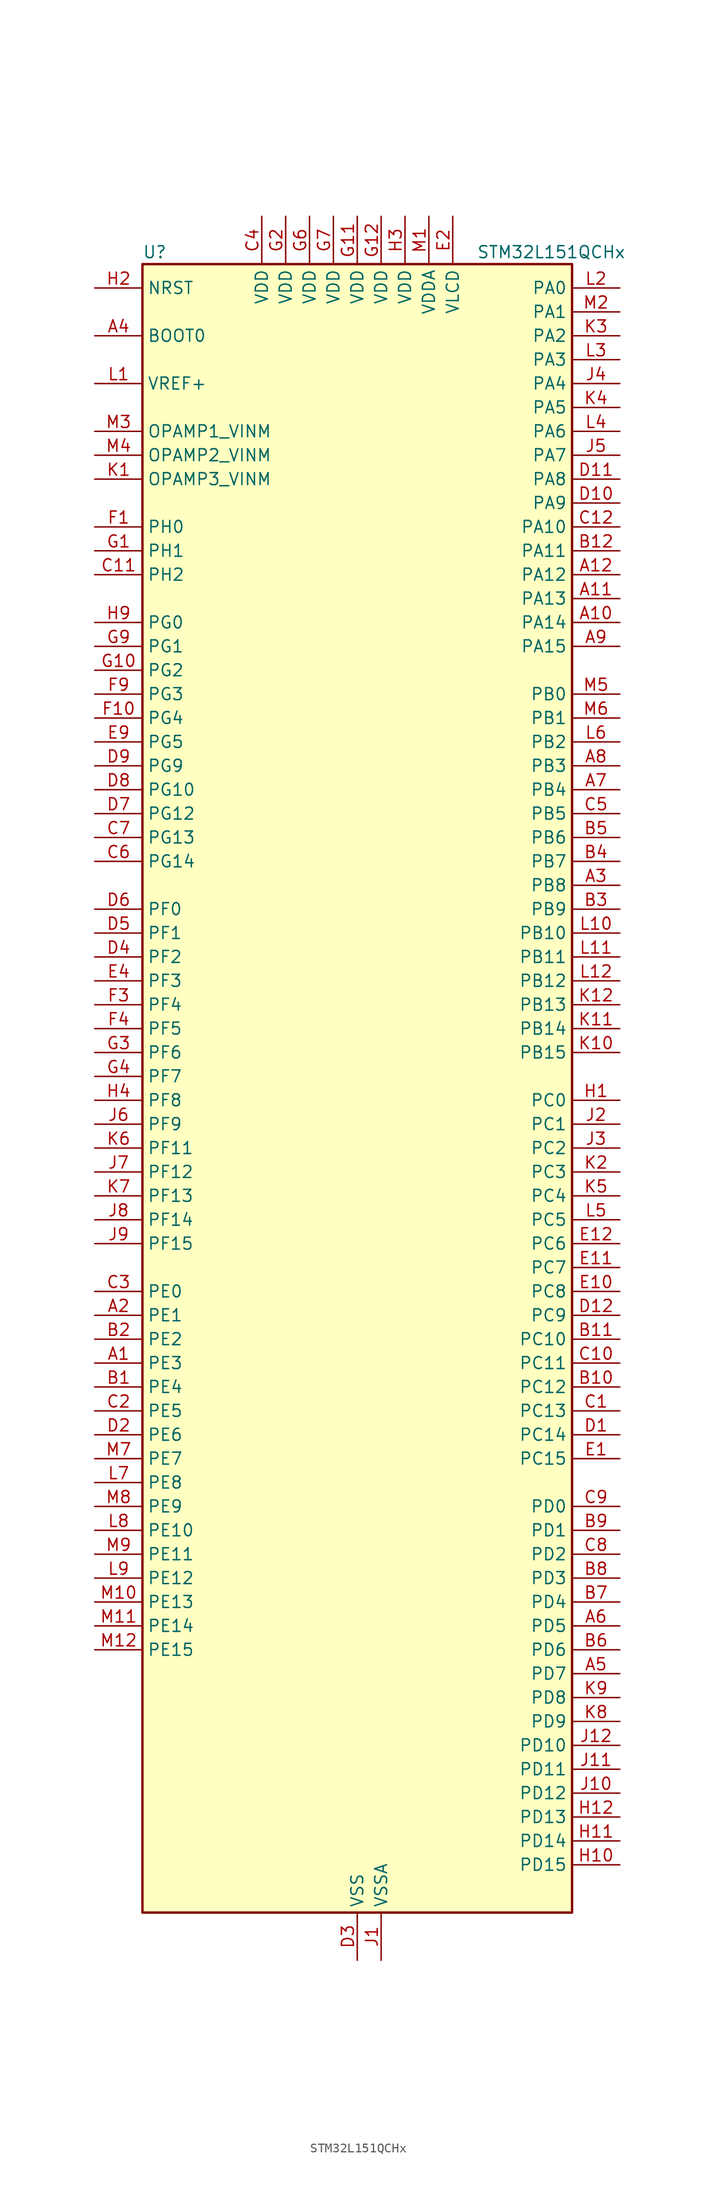
<source format=kicad_sym>
(kicad_symbol_lib
  (version 20220914)
  (generator kicad_symbol_editor)
  (symbol "STM32L151QCHx"
    (property "Reference" "U"
      (at -22.86 90.17 0)
      (effects (font (size 1.27 1.27)) (justify left)))
    (property "Value" "STM32L151QCHx"
      (at 12.7 90.17 0)
      (effects (font (size 1.27 1.27)) (justify left)))
    (property "ki_locked" ""
      (at 0 0 0)
      (effects (font (size 1.27 1.27))))
    (symbol "STM32L151QCHx_0_1"
      (rectangle (start -22.86 -86.36) (end 22.86 88.9) (stroke (width 0.254) (type default)) (fill (type background))))
    (symbol "STM32L151QCHx_1_1"
      (pin bidirectional line (at -27.94 -27.94 0) (length 5.08) (name "PE3" (effects (font (size 1.27 1.27)))) (number "A1" (effects (font (size 1.27 1.27)))) (alternate "SYS_TRACED0" bidirectional line) (alternate "TIM3_CH1" bidirectional line) (alternate "TIMX_IC4" bidirectional line))
      (pin bidirectional line (at 27.94 50.8 180) (length 5.08) (name "PA14" (effects (font (size 1.27 1.27)))) (number "A10" (effects (font (size 1.27 1.27)))) (alternate "SYS_JTCK-SWCLK" bidirectional line) (alternate "TIMX_IC3" bidirectional line) (alternate "TS_G5_IO2" bidirectional line))
      (pin bidirectional line (at 27.94 53.34 180) (length 5.08) (name "PA13" (effects (font (size 1.27 1.27)))) (number "A11" (effects (font (size 1.27 1.27)))) (alternate "SYS_JTMS-SWDIO" bidirectional line) (alternate "TIMX_IC2" bidirectional line) (alternate "TS_G5_IO1" bidirectional line))
      (pin bidirectional line (at 27.94 55.88 180) (length 5.08) (name "PA12" (effects (font (size 1.27 1.27)))) (number "A12" (effects (font (size 1.27 1.27)))) (alternate "SPI1_MOSI" bidirectional line) (alternate "TIMX_IC1" bidirectional line) (alternate "USART1_RTS" bidirectional line) (alternate "USB_DP" bidirectional line))
      (pin bidirectional line (at -27.94 -22.86 0) (length 5.08) (name "PE1" (effects (font (size 1.27 1.27)))) (number "A2" (effects (font (size 1.27 1.27)))) (alternate "TIM11_CH1" bidirectional line) (alternate "TIMX_IC2" bidirectional line))
      (pin bidirectional line (at 27.94 22.86 180) (length 5.08) (name "PB8" (effects (font (size 1.27 1.27)))) (number "A3" (effects (font (size 1.27 1.27)))) (alternate "I2C1_SCL" bidirectional line) (alternate "TIM10_CH1" bidirectional line) (alternate "TIM4_CH3" bidirectional line))
      (pin input line (at -27.94 81.28 0) (length 5.08) (name "BOOT0" (effects (font (size 1.27 1.27)))) (number "A4" (effects (font (size 1.27 1.27)))))
      (pin bidirectional line (at 27.94 -60.96 180) (length 5.08) (name "PD7" (effects (font (size 1.27 1.27)))) (number "A5" (effects (font (size 1.27 1.27)))) (alternate "TIM9_CH2" bidirectional line) (alternate "TIMX_IC4" bidirectional line) (alternate "USART2_CK" bidirectional line))
      (pin bidirectional line (at 27.94 -55.88 180) (length 5.08) (name "PD5" (effects (font (size 1.27 1.27)))) (number "A6" (effects (font (size 1.27 1.27)))) (alternate "TIMX_IC2" bidirectional line) (alternate "USART2_TX" bidirectional line))
      (pin bidirectional line (at 27.94 33.02 180) (length 5.08) (name "PB4" (effects (font (size 1.27 1.27)))) (number "A7" (effects (font (size 1.27 1.27)))) (alternate "COMP2_INP" bidirectional line) (alternate "SPI1_MISO" bidirectional line) (alternate "SPI3_MISO" bidirectional line) (alternate "SYS_JTRST" bidirectional line) (alternate "TIM3_CH1" bidirectional line) (alternate "TS_G6_IO1" bidirectional line))
      (pin bidirectional line (at 27.94 35.56 180) (length 5.08) (name "PB3" (effects (font (size 1.27 1.27)))) (number "A8" (effects (font (size 1.27 1.27)))) (alternate "COMP2_INM" bidirectional line) (alternate "I2S3_CK" bidirectional line) (alternate "SPI1_SCK" bidirectional line) (alternate "SPI3_SCK" bidirectional line) (alternate "SYS_JTDO-TRACESWO" bidirectional line) (alternate "TIM2_CH2" bidirectional line))
      (pin bidirectional line (at 27.94 48.26 180) (length 5.08) (name "PA15" (effects (font (size 1.27 1.27)))) (number "A9" (effects (font (size 1.27 1.27)))) (alternate "ADC_EXTI15" bidirectional line) (alternate "I2S3_WS" bidirectional line) (alternate "SPI1_NSS" bidirectional line) (alternate "SPI3_NSS" bidirectional line) (alternate "SYS_JTDI" bidirectional line) (alternate "TIM2_CH1" bidirectional line) (alternate "TIM2_ETR" bidirectional line) (alternate "TIMX_IC4" bidirectional line) (alternate "TS_G5_IO3" bidirectional line))
      (pin bidirectional line (at -27.94 -30.48 0) (length 5.08) (name "PE4" (effects (font (size 1.27 1.27)))) (number "B1" (effects (font (size 1.27 1.27)))) (alternate "SYS_TRACED1" bidirectional line) (alternate "TIM3_CH2" bidirectional line) (alternate "TIMX_IC1" bidirectional line))
      (pin bidirectional line (at 27.94 -30.48 180) (length 5.08) (name "PC12" (effects (font (size 1.27 1.27)))) (number "B10" (effects (font (size 1.27 1.27)))) (alternate "I2S3_SD" bidirectional line) (alternate "SPI3_MOSI" bidirectional line) (alternate "TIMX_IC1" bidirectional line) (alternate "USART3_CK" bidirectional line))
      (pin bidirectional line (at 27.94 -25.4 180) (length 5.08) (name "PC10" (effects (font (size 1.27 1.27)))) (number "B11" (effects (font (size 1.27 1.27)))) (alternate "I2S3_CK" bidirectional line) (alternate "SPI3_SCK" bidirectional line) (alternate "TIMX_IC3" bidirectional line) (alternate "USART3_TX" bidirectional line))
      (pin bidirectional line (at 27.94 58.42 180) (length 5.08) (name "PA11" (effects (font (size 1.27 1.27)))) (number "B12" (effects (font (size 1.27 1.27)))) (alternate "ADC_EXTI11" bidirectional line) (alternate "SPI1_MISO" bidirectional line) (alternate "TIMX_IC4" bidirectional line) (alternate "USART1_CTS" bidirectional line) (alternate "USB_DM" bidirectional line))
      (pin bidirectional line (at -27.94 -25.4 0) (length 5.08) (name "PE2" (effects (font (size 1.27 1.27)))) (number "B2" (effects (font (size 1.27 1.27)))) (alternate "SYS_TRACECK" bidirectional line) (alternate "TIM3_ETR" bidirectional line) (alternate "TIMX_IC3" bidirectional line))
      (pin bidirectional line (at 27.94 20.32 180) (length 5.08) (name "PB9" (effects (font (size 1.27 1.27)))) (number "B3" (effects (font (size 1.27 1.27)))) (alternate "DAC_EXTI9" bidirectional line) (alternate "I2C1_SDA" bidirectional line) (alternate "TIM11_CH1" bidirectional line) (alternate "TIM4_CH4" bidirectional line))
      (pin bidirectional line (at 27.94 25.4 180) (length 5.08) (name "PB7" (effects (font (size 1.27 1.27)))) (number "B4" (effects (font (size 1.27 1.27)))) (alternate "COMP2_INP" bidirectional line) (alternate "I2C1_SDA" bidirectional line) (alternate "SYS_PVD_IN" bidirectional line) (alternate "TIM4_CH2" bidirectional line) (alternate "TS_G6_IO4" bidirectional line) (alternate "USART1_RX" bidirectional line))
      (pin bidirectional line (at 27.94 27.94 180) (length 5.08) (name "PB6" (effects (font (size 1.27 1.27)))) (number "B5" (effects (font (size 1.27 1.27)))) (alternate "COMP2_INP" bidirectional line) (alternate "I2C1_SCL" bidirectional line) (alternate "TIM4_CH1" bidirectional line) (alternate "TS_G6_IO3" bidirectional line) (alternate "USART1_TX" bidirectional line))
      (pin bidirectional line (at 27.94 -58.42 180) (length 5.08) (name "PD6" (effects (font (size 1.27 1.27)))) (number "B6" (effects (font (size 1.27 1.27)))) (alternate "TIMX_IC3" bidirectional line) (alternate "USART2_RX" bidirectional line))
      (pin bidirectional line (at 27.94 -53.34 180) (length 5.08) (name "PD4" (effects (font (size 1.27 1.27)))) (number "B7" (effects (font (size 1.27 1.27)))) (alternate "I2S2_SD" bidirectional line) (alternate "SPI2_MOSI" bidirectional line) (alternate "TIMX_IC1" bidirectional line) (alternate "USART2_RTS" bidirectional line))
      (pin bidirectional line (at 27.94 -50.8 180) (length 5.08) (name "PD3" (effects (font (size 1.27 1.27)))) (number "B8" (effects (font (size 1.27 1.27)))) (alternate "SPI2_MISO" bidirectional line) (alternate "TIMX_IC4" bidirectional line) (alternate "USART2_CTS" bidirectional line))
      (pin bidirectional line (at 27.94 -45.72 180) (length 5.08) (name "PD1" (effects (font (size 1.27 1.27)))) (number "B9" (effects (font (size 1.27 1.27)))) (alternate "I2S2_CK" bidirectional line) (alternate "SPI2_SCK" bidirectional line) (alternate "TIMX_IC2" bidirectional line))
      (pin bidirectional line (at 27.94 -33.02 180) (length 5.08) (name "PC13" (effects (font (size 1.27 1.27)))) (number "C1" (effects (font (size 1.27 1.27)))) (alternate "RTC_OUT_ALARM" bidirectional line) (alternate "RTC_OUT_CALIB" bidirectional line) (alternate "RTC_TAMP1" bidirectional line) (alternate "RTC_TS" bidirectional line) (alternate "SYS_WKUP2" bidirectional line) (alternate "TIMX_IC2" bidirectional line))
      (pin bidirectional line (at 27.94 -27.94 180) (length 5.08) (name "PC11" (effects (font (size 1.27 1.27)))) (number "C10" (effects (font (size 1.27 1.27)))) (alternate "ADC_EXTI11" bidirectional line) (alternate "SPI3_MISO" bidirectional line) (alternate "TIMX_IC4" bidirectional line) (alternate "USART3_RX" bidirectional line))
      (pin bidirectional line (at -27.94 55.88 0) (length 5.08) (name "PH2" (effects (font (size 1.27 1.27)))) (number "C11" (effects (font (size 1.27 1.27)))))
      (pin bidirectional line (at 27.94 60.96 180) (length 5.08) (name "PA10" (effects (font (size 1.27 1.27)))) (number "C12" (effects (font (size 1.27 1.27)))) (alternate "TIMX_IC3" bidirectional line) (alternate "TS_G4_IO3" bidirectional line) (alternate "USART1_RX" bidirectional line))
      (pin bidirectional line (at -27.94 -33.02 0) (length 5.08) (name "PE5" (effects (font (size 1.27 1.27)))) (number "C2" (effects (font (size 1.27 1.27)))) (alternate "SYS_TRACED2" bidirectional line) (alternate "TIM9_CH1" bidirectional line) (alternate "TIMX_IC2" bidirectional line))
      (pin bidirectional line (at -27.94 -20.32 0) (length 5.08) (name "PE0" (effects (font (size 1.27 1.27)))) (number "C3" (effects (font (size 1.27 1.27)))) (alternate "TIM10_CH1" bidirectional line) (alternate "TIM4_ETR" bidirectional line) (alternate "TIMX_IC1" bidirectional line))
      (pin power_in line (at -10.16 93.98 270) (length 5.08) (name "VDD" (effects (font (size 1.27 1.27)))) (number "C4" (effects (font (size 1.27 1.27)))))
      (pin bidirectional line (at 27.94 30.48 180) (length 5.08) (name "PB5" (effects (font (size 1.27 1.27)))) (number "C5" (effects (font (size 1.27 1.27)))) (alternate "COMP2_INP" bidirectional line) (alternate "I2C1_SMBA" bidirectional line) (alternate "I2S3_SD" bidirectional line) (alternate "SPI1_MOSI" bidirectional line) (alternate "SPI3_MOSI" bidirectional line) (alternate "TIM3_CH2" bidirectional line) (alternate "TS_G6_IO2" bidirectional line))
      (pin bidirectional line (at -27.94 25.4 0) (length 5.08) (name "PG14" (effects (font (size 1.27 1.27)))) (number "C6" (effects (font (size 1.27 1.27)))))
      (pin bidirectional line (at -27.94 27.94 0) (length 5.08) (name "PG13" (effects (font (size 1.27 1.27)))) (number "C7" (effects (font (size 1.27 1.27)))))
      (pin bidirectional line (at 27.94 -48.26 180) (length 5.08) (name "PD2" (effects (font (size 1.27 1.27)))) (number "C8" (effects (font (size 1.27 1.27)))) (alternate "TIM3_ETR" bidirectional line) (alternate "TIMX_IC3" bidirectional line))
      (pin bidirectional line (at 27.94 -43.18 180) (length 5.08) (name "PD0" (effects (font (size 1.27 1.27)))) (number "C9" (effects (font (size 1.27 1.27)))) (alternate "I2S2_WS" bidirectional line) (alternate "SPI2_NSS" bidirectional line) (alternate "TIM9_CH1" bidirectional line) (alternate "TIMX_IC1" bidirectional line))
      (pin bidirectional line (at 27.94 -35.56 180) (length 5.08) (name "PC14" (effects (font (size 1.27 1.27)))) (number "D1" (effects (font (size 1.27 1.27)))) (alternate "RCC_OSC32_IN" bidirectional line) (alternate "TIMX_IC3" bidirectional line))
      (pin bidirectional line (at 27.94 63.5 180) (length 5.08) (name "PA9" (effects (font (size 1.27 1.27)))) (number "D10" (effects (font (size 1.27 1.27)))) (alternate "DAC_EXTI9" bidirectional line) (alternate "TIMX_IC2" bidirectional line) (alternate "TS_G4_IO2" bidirectional line) (alternate "USART1_TX" bidirectional line))
      (pin bidirectional line (at 27.94 66.04 180) (length 5.08) (name "PA8" (effects (font (size 1.27 1.27)))) (number "D11" (effects (font (size 1.27 1.27)))) (alternate "RCC_MCO" bidirectional line) (alternate "TIMX_IC1" bidirectional line) (alternate "TS_G4_IO1" bidirectional line) (alternate "USART1_CK" bidirectional line))
      (pin bidirectional line (at 27.94 -22.86 180) (length 5.08) (name "PC9" (effects (font (size 1.27 1.27)))) (number "D12" (effects (font (size 1.27 1.27)))) (alternate "DAC_EXTI9" bidirectional line) (alternate "TIM3_CH4" bidirectional line) (alternate "TIMX_IC2" bidirectional line) (alternate "TS_G10_IO4" bidirectional line))
      (pin bidirectional line (at -27.94 -35.56 0) (length 5.08) (name "PE6" (effects (font (size 1.27 1.27)))) (number "D2" (effects (font (size 1.27 1.27)))) (alternate "RTC_TAMP3" bidirectional line) (alternate "SYS_TRACED3" bidirectional line) (alternate "SYS_WKUP3" bidirectional line) (alternate "TIM9_CH2" bidirectional line) (alternate "TIMX_IC3" bidirectional line))
      (pin power_in line (at 0 -91.44 90) (length 5.08) (name "VSS" (effects (font (size 1.27 1.27)))) (number "D3" (effects (font (size 1.27 1.27)))))
      (pin bidirectional line (at -27.94 15.24 0) (length 5.08) (name "PF2" (effects (font (size 1.27 1.27)))) (number "D4" (effects (font (size 1.27 1.27)))))
      (pin bidirectional line (at -27.94 17.78 0) (length 5.08) (name "PF1" (effects (font (size 1.27 1.27)))) (number "D5" (effects (font (size 1.27 1.27)))))
      (pin bidirectional line (at -27.94 20.32 0) (length 5.08) (name "PF0" (effects (font (size 1.27 1.27)))) (number "D6" (effects (font (size 1.27 1.27)))))
      (pin bidirectional line (at -27.94 30.48 0) (length 5.08) (name "PG12" (effects (font (size 1.27 1.27)))) (number "D7" (effects (font (size 1.27 1.27)))))
      (pin bidirectional line (at -27.94 33.02 0) (length 5.08) (name "PG10" (effects (font (size 1.27 1.27)))) (number "D8" (effects (font (size 1.27 1.27)))))
      (pin bidirectional line (at -27.94 35.56 0) (length 5.08) (name "PG9" (effects (font (size 1.27 1.27)))) (number "D9" (effects (font (size 1.27 1.27)))) (alternate "DAC_EXTI9" bidirectional line))
      (pin bidirectional line (at 27.94 -38.1 180) (length 5.08) (name "PC15" (effects (font (size 1.27 1.27)))) (number "E1" (effects (font (size 1.27 1.27)))) (alternate "ADC_EXTI15" bidirectional line) (alternate "RCC_OSC32_OUT" bidirectional line) (alternate "TIMX_IC4" bidirectional line))
      (pin bidirectional line (at 27.94 -20.32 180) (length 5.08) (name "PC8" (effects (font (size 1.27 1.27)))) (number "E10" (effects (font (size 1.27 1.27)))) (alternate "TIM3_CH3" bidirectional line) (alternate "TIMX_IC1" bidirectional line) (alternate "TS_G10_IO3" bidirectional line))
      (pin bidirectional line (at 27.94 -17.78 180) (length 5.08) (name "PC7" (effects (font (size 1.27 1.27)))) (number "E11" (effects (font (size 1.27 1.27)))) (alternate "I2S3_MCK" bidirectional line) (alternate "TIM3_CH2" bidirectional line) (alternate "TIMX_IC4" bidirectional line) (alternate "TS_G10_IO2" bidirectional line))
      (pin bidirectional line (at 27.94 -15.24 180) (length 5.08) (name "PC6" (effects (font (size 1.27 1.27)))) (number "E12" (effects (font (size 1.27 1.27)))) (alternate "I2S2_MCK" bidirectional line) (alternate "TIM3_CH1" bidirectional line) (alternate "TIMX_IC3" bidirectional line) (alternate "TS_G10_IO1" bidirectional line))
      (pin power_in line (at 10.16 93.98 270) (length 5.08) (name "VLCD" (effects (font (size 1.27 1.27)))) (number "E2" (effects (font (size 1.27 1.27)))))
      (pin passive line (at 0 -91.44 90) (length 5.08) hide (name "VSS" (effects (font (size 1.27 1.27)))) (number "E3" (effects (font (size 1.27 1.27)))))
      (pin bidirectional line (at -27.94 12.7 0) (length 5.08) (name "PF3" (effects (font (size 1.27 1.27)))) (number "E4" (effects (font (size 1.27 1.27)))))
      (pin bidirectional line (at -27.94 38.1 0) (length 5.08) (name "PG5" (effects (font (size 1.27 1.27)))) (number "E9" (effects (font (size 1.27 1.27)))))
      (pin bidirectional line (at -27.94 60.96 0) (length 5.08) (name "PH0" (effects (font (size 1.27 1.27)))) (number "F1" (effects (font (size 1.27 1.27)))) (alternate "RCC_OSC_IN" bidirectional line))
      (pin bidirectional line (at -27.94 40.64 0) (length 5.08) (name "PG4" (effects (font (size 1.27 1.27)))) (number "F10" (effects (font (size 1.27 1.27)))) (alternate "ADC_IN12b" bidirectional line) (alternate "TS_G7_IO7" bidirectional line))
      (pin passive line (at 0 -91.44 90) (length 5.08) hide (name "VSS" (effects (font (size 1.27 1.27)))) (number "F11" (effects (font (size 1.27 1.27)))))
      (pin passive line (at 0 -91.44 90) (length 5.08) hide (name "VSS" (effects (font (size 1.27 1.27)))) (number "F12" (effects (font (size 1.27 1.27)))))
      (pin passive line (at 0 -91.44 90) (length 5.08) hide (name "VSS" (effects (font (size 1.27 1.27)))) (number "F2" (effects (font (size 1.27 1.27)))))
      (pin bidirectional line (at -27.94 10.16 0) (length 5.08) (name "PF4" (effects (font (size 1.27 1.27)))) (number "F3" (effects (font (size 1.27 1.27)))))
      (pin bidirectional line (at -27.94 7.62 0) (length 5.08) (name "PF5" (effects (font (size 1.27 1.27)))) (number "F4" (effects (font (size 1.27 1.27)))))
      (pin passive line (at 0 -91.44 90) (length 5.08) hide (name "VSS" (effects (font (size 1.27 1.27)))) (number "F6" (effects (font (size 1.27 1.27)))))
      (pin passive line (at 0 -91.44 90) (length 5.08) hide (name "VSS" (effects (font (size 1.27 1.27)))) (number "F7" (effects (font (size 1.27 1.27)))))
      (pin bidirectional line (at -27.94 43.18 0) (length 5.08) (name "PG3" (effects (font (size 1.27 1.27)))) (number "F9" (effects (font (size 1.27 1.27)))) (alternate "ADC_IN11b" bidirectional line) (alternate "TS_G7_IO6" bidirectional line))
      (pin bidirectional line (at -27.94 58.42 0) (length 5.08) (name "PH1" (effects (font (size 1.27 1.27)))) (number "G1" (effects (font (size 1.27 1.27)))) (alternate "RCC_OSC_OUT" bidirectional line))
      (pin bidirectional line (at -27.94 45.72 0) (length 5.08) (name "PG2" (effects (font (size 1.27 1.27)))) (number "G10" (effects (font (size 1.27 1.27)))) (alternate "ADC_IN10b" bidirectional line) (alternate "TS_G7_IO5" bidirectional line))
      (pin power_in line (at 0 93.98 270) (length 5.08) (name "VDD" (effects (font (size 1.27 1.27)))) (number "G11" (effects (font (size 1.27 1.27)))))
      (pin power_in line (at 2.54 93.98 270) (length 5.08) (name "VDD" (effects (font (size 1.27 1.27)))) (number "G12" (effects (font (size 1.27 1.27)))))
      (pin power_in line (at -7.62 93.98 270) (length 5.08) (name "VDD" (effects (font (size 1.27 1.27)))) (number "G2" (effects (font (size 1.27 1.27)))))
      (pin bidirectional line (at -27.94 5.08 0) (length 5.08) (name "PF6" (effects (font (size 1.27 1.27)))) (number "G3" (effects (font (size 1.27 1.27)))) (alternate "ADC_IN27" bidirectional line) (alternate "TIM5_CH1" bidirectional line) (alternate "TIM5_ETR" bidirectional line) (alternate "TS_G11_IO1" bidirectional line))
      (pin bidirectional line (at -27.94 2.54 0) (length 5.08) (name "PF7" (effects (font (size 1.27 1.27)))) (number "G4" (effects (font (size 1.27 1.27)))) (alternate "ADC_IN28" bidirectional line) (alternate "COMP1_INP" bidirectional line) (alternate "TIM5_CH2" bidirectional line) (alternate "TS_G11_IO2" bidirectional line))
      (pin power_in line (at -5.08 93.98 270) (length 5.08) (name "VDD" (effects (font (size 1.27 1.27)))) (number "G6" (effects (font (size 1.27 1.27)))))
      (pin power_in line (at -2.54 93.98 270) (length 5.08) (name "VDD" (effects (font (size 1.27 1.27)))) (number "G7" (effects (font (size 1.27 1.27)))))
      (pin bidirectional line (at -27.94 48.26 0) (length 5.08) (name "PG1" (effects (font (size 1.27 1.27)))) (number "G9" (effects (font (size 1.27 1.27)))) (alternate "ADC_IN9b" bidirectional line) (alternate "TS_G2_IO5" bidirectional line))
      (pin bidirectional line (at 27.94 0 180) (length 5.08) (name "PC0" (effects (font (size 1.27 1.27)))) (number "H1" (effects (font (size 1.27 1.27)))) (alternate "ADC_IN10" bidirectional line) (alternate "COMP1_INP" bidirectional line) (alternate "TIMX_IC1" bidirectional line) (alternate "TS_G8_IO1" bidirectional line))
      (pin bidirectional line (at 27.94 -81.28 180) (length 5.08) (name "PD15" (effects (font (size 1.27 1.27)))) (number "H10" (effects (font (size 1.27 1.27)))) (alternate "ADC_EXTI15" bidirectional line) (alternate "TIM4_CH4" bidirectional line) (alternate "TIMX_IC4" bidirectional line))
      (pin bidirectional line (at 27.94 -78.74 180) (length 5.08) (name "PD14" (effects (font (size 1.27 1.27)))) (number "H11" (effects (font (size 1.27 1.27)))) (alternate "TIM4_CH3" bidirectional line) (alternate "TIMX_IC3" bidirectional line))
      (pin bidirectional line (at 27.94 -76.2 180) (length 5.08) (name "PD13" (effects (font (size 1.27 1.27)))) (number "H12" (effects (font (size 1.27 1.27)))) (alternate "TIM4_CH2" bidirectional line) (alternate "TIMX_IC2" bidirectional line))
      (pin input line (at -27.94 86.36 0) (length 5.08) (name "NRST" (effects (font (size 1.27 1.27)))) (number "H2" (effects (font (size 1.27 1.27)))))
      (pin power_in line (at 5.08 93.98 270) (length 5.08) (name "VDD" (effects (font (size 1.27 1.27)))) (number "H3" (effects (font (size 1.27 1.27)))))
      (pin bidirectional line (at -27.94 0 0) (length 5.08) (name "PF8" (effects (font (size 1.27 1.27)))) (number "H4" (effects (font (size 1.27 1.27)))) (alternate "ADC_IN29" bidirectional line) (alternate "COMP1_INP" bidirectional line) (alternate "TIM5_CH3" bidirectional line) (alternate "TS_G11_IO3" bidirectional line))
      (pin bidirectional line (at -27.94 50.8 0) (length 5.08) (name "PG0" (effects (font (size 1.27 1.27)))) (number "H9" (effects (font (size 1.27 1.27)))) (alternate "ADC_IN8b" bidirectional line) (alternate "TS_G2_IO4" bidirectional line))
      (pin power_in line (at 2.54 -91.44 90) (length 5.08) (name "VSSA" (effects (font (size 1.27 1.27)))) (number "J1" (effects (font (size 1.27 1.27)))))
      (pin bidirectional line (at 27.94 -73.66 180) (length 5.08) (name "PD12" (effects (font (size 1.27 1.27)))) (number "J10" (effects (font (size 1.27 1.27)))) (alternate "TIM4_CH1" bidirectional line) (alternate "TIMX_IC1" bidirectional line) (alternate "USART3_RTS" bidirectional line))
      (pin bidirectional line (at 27.94 -71.12 180) (length 5.08) (name "PD11" (effects (font (size 1.27 1.27)))) (number "J11" (effects (font (size 1.27 1.27)))) (alternate "ADC_EXTI11" bidirectional line) (alternate "TIMX_IC4" bidirectional line) (alternate "USART3_CTS" bidirectional line))
      (pin bidirectional line (at 27.94 -68.58 180) (length 5.08) (name "PD10" (effects (font (size 1.27 1.27)))) (number "J12" (effects (font (size 1.27 1.27)))) (alternate "TIMX_IC3" bidirectional line) (alternate "USART3_CK" bidirectional line))
      (pin bidirectional line (at 27.94 -2.54 180) (length 5.08) (name "PC1" (effects (font (size 1.27 1.27)))) (number "J2" (effects (font (size 1.27 1.27)))) (alternate "ADC_IN11" bidirectional line) (alternate "COMP1_INP" bidirectional line) (alternate "TIMX_IC2" bidirectional line) (alternate "TS_G8_IO2" bidirectional line))
      (pin bidirectional line (at 27.94 -5.08 180) (length 5.08) (name "PC2" (effects (font (size 1.27 1.27)))) (number "J3" (effects (font (size 1.27 1.27)))) (alternate "ADC_IN12" bidirectional line) (alternate "COMP1_INP" bidirectional line) (alternate "TIMX_IC3" bidirectional line) (alternate "TS_G8_IO3" bidirectional line))
      (pin bidirectional line (at 27.94 76.2 180) (length 5.08) (name "PA4" (effects (font (size 1.27 1.27)))) (number "J4" (effects (font (size 1.27 1.27)))) (alternate "ADC_IN4" bidirectional line) (alternate "COMP1_INP" bidirectional line) (alternate "DAC_OUT1" bidirectional line) (alternate "I2S3_WS" bidirectional line) (alternate "SPI1_NSS" bidirectional line) (alternate "SPI3_NSS" bidirectional line) (alternate "TIMX_IC1" bidirectional line) (alternate "USART2_CK" bidirectional line))
      (pin bidirectional line (at 27.94 68.58 180) (length 5.08) (name "PA7" (effects (font (size 1.27 1.27)))) (number "J5" (effects (font (size 1.27 1.27)))) (alternate "ADC_IN7" bidirectional line) (alternate "COMP1_INP" bidirectional line) (alternate "SPI1_MOSI" bidirectional line) (alternate "TIM11_CH1" bidirectional line) (alternate "TIM3_CH2" bidirectional line) (alternate "TIMX_IC4" bidirectional line) (alternate "TS_G2_IO2" bidirectional line))
      (pin bidirectional line (at -27.94 -2.54 0) (length 5.08) (name "PF9" (effects (font (size 1.27 1.27)))) (number "J6" (effects (font (size 1.27 1.27)))) (alternate "ADC_IN30" bidirectional line) (alternate "COMP1_INP" bidirectional line) (alternate "DAC_EXTI9" bidirectional line) (alternate "TIM5_CH4" bidirectional line) (alternate "TS_G11_IO4" bidirectional line))
      (pin bidirectional line (at -27.94 -7.62 0) (length 5.08) (name "PF12" (effects (font (size 1.27 1.27)))) (number "J7" (effects (font (size 1.27 1.27)))) (alternate "ADC_IN2b" bidirectional line) (alternate "TS_G3_IO5" bidirectional line))
      (pin bidirectional line (at -27.94 -12.7 0) (length 5.08) (name "PF14" (effects (font (size 1.27 1.27)))) (number "J8" (effects (font (size 1.27 1.27)))) (alternate "ADC_IN6b" bidirectional line) (alternate "TS_G9_IO4" bidirectional line))
      (pin bidirectional line (at -27.94 -15.24 0) (length 5.08) (name "PF15" (effects (font (size 1.27 1.27)))) (number "J9" (effects (font (size 1.27 1.27)))) (alternate "ADC_EXTI15" bidirectional line) (alternate "ADC_IN7b" bidirectional line) (alternate "TS_G2_IO3" bidirectional line))
      (pin input line (at -27.94 66.04 0) (length 5.08) (name "OPAMP3_VINM" (effects (font (size 1.27 1.27)))) (number "K1" (effects (font (size 1.27 1.27)))))
      (pin bidirectional line (at 27.94 5.08 180) (length 5.08) (name "PB15" (effects (font (size 1.27 1.27)))) (number "K10" (effects (font (size 1.27 1.27)))) (alternate "ADC_EXTI15" bidirectional line) (alternate "ADC_IN21" bidirectional line) (alternate "COMP1_INP" bidirectional line) (alternate "I2S2_SD" bidirectional line) (alternate "RTC_REFIN" bidirectional line) (alternate "SPI2_MOSI" bidirectional line) (alternate "TIM11_CH1" bidirectional line) (alternate "TS_G7_IO4" bidirectional line))
      (pin bidirectional line (at 27.94 7.62 180) (length 5.08) (name "PB14" (effects (font (size 1.27 1.27)))) (number "K11" (effects (font (size 1.27 1.27)))) (alternate "ADC_IN20" bidirectional line) (alternate "COMP1_INP" bidirectional line) (alternate "SPI2_MISO" bidirectional line) (alternate "TIM9_CH2" bidirectional line) (alternate "TS_G7_IO3" bidirectional line) (alternate "USART3_RTS" bidirectional line))
      (pin bidirectional line (at 27.94 10.16 180) (length 5.08) (name "PB13" (effects (font (size 1.27 1.27)))) (number "K12" (effects (font (size 1.27 1.27)))) (alternate "ADC_IN19" bidirectional line) (alternate "COMP1_INP" bidirectional line) (alternate "I2S2_CK" bidirectional line) (alternate "SPI2_SCK" bidirectional line) (alternate "TIM9_CH1" bidirectional line) (alternate "TS_G7_IO2" bidirectional line) (alternate "USART3_CTS" bidirectional line))
      (pin bidirectional line (at 27.94 -7.62 180) (length 5.08) (name "PC3" (effects (font (size 1.27 1.27)))) (number "K2" (effects (font (size 1.27 1.27)))) (alternate "ADC_IN13" bidirectional line) (alternate "COMP1_INP" bidirectional line) (alternate "TIMX_IC4" bidirectional line) (alternate "TS_G8_IO4" bidirectional line))
      (pin bidirectional line (at 27.94 81.28 180) (length 5.08) (name "PA2" (effects (font (size 1.27 1.27)))) (number "K3" (effects (font (size 1.27 1.27)))) (alternate "ADC_IN2" bidirectional line) (alternate "COMP1_INP" bidirectional line) (alternate "TIM2_CH3" bidirectional line) (alternate "TIM5_CH3" bidirectional line) (alternate "TIM9_CH1" bidirectional line) (alternate "TIMX_IC3" bidirectional line) (alternate "TS_G1_IO3" bidirectional line) (alternate "USART2_TX" bidirectional line))
      (pin bidirectional line (at 27.94 73.66 180) (length 5.08) (name "PA5" (effects (font (size 1.27 1.27)))) (number "K4" (effects (font (size 1.27 1.27)))) (alternate "ADC_IN5" bidirectional line) (alternate "COMP1_INP" bidirectional line) (alternate "DAC_OUT2" bidirectional line) (alternate "SPI1_SCK" bidirectional line) (alternate "TIM2_CH1" bidirectional line) (alternate "TIM2_ETR" bidirectional line) (alternate "TIMX_IC2" bidirectional line))
      (pin bidirectional line (at 27.94 -10.16 180) (length 5.08) (name "PC4" (effects (font (size 1.27 1.27)))) (number "K5" (effects (font (size 1.27 1.27)))) (alternate "ADC_IN14" bidirectional line) (alternate "COMP1_INP" bidirectional line) (alternate "TIMX_IC1" bidirectional line) (alternate "TS_G9_IO1" bidirectional line))
      (pin bidirectional line (at -27.94 -5.08 0) (length 5.08) (name "PF11" (effects (font (size 1.27 1.27)))) (number "K6" (effects (font (size 1.27 1.27)))) (alternate "ADC_EXTI11" bidirectional line) (alternate "ADC_IN1b" bidirectional line) (alternate "TS_G3_IO4" bidirectional line))
      (pin bidirectional line (at -27.94 -10.16 0) (length 5.08) (name "PF13" (effects (font (size 1.27 1.27)))) (number "K7" (effects (font (size 1.27 1.27)))) (alternate "ADC_IN3b" bidirectional line) (alternate "TS_G9_IO3" bidirectional line))
      (pin bidirectional line (at 27.94 -66.04 180) (length 5.08) (name "PD9" (effects (font (size 1.27 1.27)))) (number "K8" (effects (font (size 1.27 1.27)))) (alternate "DAC_EXTI9" bidirectional line) (alternate "TIMX_IC2" bidirectional line) (alternate "USART3_RX" bidirectional line))
      (pin bidirectional line (at 27.94 -63.5 180) (length 5.08) (name "PD8" (effects (font (size 1.27 1.27)))) (number "K9" (effects (font (size 1.27 1.27)))) (alternate "TIMX_IC1" bidirectional line) (alternate "USART3_TX" bidirectional line))
      (pin input line (at -27.94 76.2 0) (length 5.08) (name "VREF+" (effects (font (size 1.27 1.27)))) (number "L1" (effects (font (size 1.27 1.27)))))
      (pin bidirectional line (at 27.94 17.78 180) (length 5.08) (name "PB10" (effects (font (size 1.27 1.27)))) (number "L10" (effects (font (size 1.27 1.27)))) (alternate "I2C2_SCL" bidirectional line) (alternate "TIM2_CH3" bidirectional line) (alternate "USART3_TX" bidirectional line))
      (pin bidirectional line (at 27.94 15.24 180) (length 5.08) (name "PB11" (effects (font (size 1.27 1.27)))) (number "L11" (effects (font (size 1.27 1.27)))) (alternate "ADC_EXTI11" bidirectional line) (alternate "I2C2_SDA" bidirectional line) (alternate "TIM2_CH4" bidirectional line) (alternate "USART3_RX" bidirectional line))
      (pin bidirectional line (at 27.94 12.7 180) (length 5.08) (name "PB12" (effects (font (size 1.27 1.27)))) (number "L12" (effects (font (size 1.27 1.27)))) (alternate "ADC_IN18" bidirectional line) (alternate "COMP1_INP" bidirectional line) (alternate "I2C2_SMBA" bidirectional line) (alternate "I2S2_WS" bidirectional line) (alternate "SPI2_NSS" bidirectional line) (alternate "TIM10_CH1" bidirectional line) (alternate "TS_G7_IO1" bidirectional line) (alternate "USART3_CK" bidirectional line))
      (pin bidirectional line (at 27.94 86.36 180) (length 5.08) (name "PA0" (effects (font (size 1.27 1.27)))) (number "L2" (effects (font (size 1.27 1.27)))) (alternate "ADC_IN0" bidirectional line) (alternate "COMP1_INP" bidirectional line) (alternate "RTC_TAMP2" bidirectional line) (alternate "SYS_WKUP1" bidirectional line) (alternate "TIM2_CH1" bidirectional line) (alternate "TIM2_ETR" bidirectional line) (alternate "TIM5_CH1" bidirectional line) (alternate "TIMX_IC1" bidirectional line) (alternate "TS_G1_IO1" bidirectional line) (alternate "USART2_CTS" bidirectional line))
      (pin bidirectional line (at 27.94 78.74 180) (length 5.08) (name "PA3" (effects (font (size 1.27 1.27)))) (number "L3" (effects (font (size 1.27 1.27)))) (alternate "ADC_IN3" bidirectional line) (alternate "COMP1_INP" bidirectional line) (alternate "OPAMP1_VOUT" bidirectional line) (alternate "TIM2_CH4" bidirectional line) (alternate "TIM5_CH4" bidirectional line) (alternate "TIM9_CH2" bidirectional line) (alternate "TIMX_IC4" bidirectional line) (alternate "TS_G1_IO4" bidirectional line) (alternate "USART2_RX" bidirectional line))
      (pin bidirectional line (at 27.94 71.12 180) (length 5.08) (name "PA6" (effects (font (size 1.27 1.27)))) (number "L4" (effects (font (size 1.27 1.27)))) (alternate "ADC_IN6" bidirectional line) (alternate "COMP1_INP" bidirectional line) (alternate "OPAMP2_VINP" bidirectional line) (alternate "SPI1_MISO" bidirectional line) (alternate "TIM10_CH1" bidirectional line) (alternate "TIM3_CH1" bidirectional line) (alternate "TIMX_IC3" bidirectional line) (alternate "TS_G2_IO1" bidirectional line))
      (pin bidirectional line (at 27.94 -12.7 180) (length 5.08) (name "PC5" (effects (font (size 1.27 1.27)))) (number "L5" (effects (font (size 1.27 1.27)))) (alternate "ADC_IN15" bidirectional line) (alternate "COMP1_INP" bidirectional line) (alternate "TIMX_IC2" bidirectional line) (alternate "TS_G9_IO2" bidirectional line))
      (pin bidirectional line (at 27.94 38.1 180) (length 5.08) (name "PB2" (effects (font (size 1.27 1.27)))) (number "L6" (effects (font (size 1.27 1.27)))) (alternate "ADC_IN0b" bidirectional line) (alternate "TS_G3_IO3" bidirectional line))
      (pin bidirectional line (at -27.94 -40.64 0) (length 5.08) (name "PE8" (effects (font (size 1.27 1.27)))) (number "L7" (effects (font (size 1.27 1.27)))) (alternate "ADC_IN23" bidirectional line) (alternate "COMP1_INP" bidirectional line) (alternate "TIMX_IC1" bidirectional line))
      (pin bidirectional line (at -27.94 -45.72 0) (length 5.08) (name "PE10" (effects (font (size 1.27 1.27)))) (number "L8" (effects (font (size 1.27 1.27)))) (alternate "ADC_IN25" bidirectional line) (alternate "COMP1_INP" bidirectional line) (alternate "TIM2_CH2" bidirectional line) (alternate "TIMX_IC3" bidirectional line))
      (pin bidirectional line (at -27.94 -50.8 0) (length 5.08) (name "PE12" (effects (font (size 1.27 1.27)))) (number "L9" (effects (font (size 1.27 1.27)))) (alternate "SPI1_NSS" bidirectional line) (alternate "TIM2_CH4" bidirectional line) (alternate "TIMX_IC1" bidirectional line))
      (pin power_in line (at 7.62 93.98 270) (length 5.08) (name "VDDA" (effects (font (size 1.27 1.27)))) (number "M1" (effects (font (size 1.27 1.27)))))
      (pin bidirectional line (at -27.94 -53.34 0) (length 5.08) (name "PE13" (effects (font (size 1.27 1.27)))) (number "M10" (effects (font (size 1.27 1.27)))) (alternate "SPI1_SCK" bidirectional line) (alternate "TIMX_IC2" bidirectional line))
      (pin bidirectional line (at -27.94 -55.88 0) (length 5.08) (name "PE14" (effects (font (size 1.27 1.27)))) (number "M11" (effects (font (size 1.27 1.27)))) (alternate "SPI1_MISO" bidirectional line) (alternate "TIMX_IC3" bidirectional line))
      (pin bidirectional line (at -27.94 -58.42 0) (length 5.08) (name "PE15" (effects (font (size 1.27 1.27)))) (number "M12" (effects (font (size 1.27 1.27)))) (alternate "ADC_EXTI15" bidirectional line) (alternate "SPI1_MOSI" bidirectional line) (alternate "TIMX_IC4" bidirectional line))
      (pin bidirectional line (at 27.94 83.82 180) (length 5.08) (name "PA1" (effects (font (size 1.27 1.27)))) (number "M2" (effects (font (size 1.27 1.27)))) (alternate "ADC_IN1" bidirectional line) (alternate "COMP1_INP" bidirectional line) (alternate "OPAMP1_VINP" bidirectional line) (alternate "TIM2_CH2" bidirectional line) (alternate "TIM5_CH2" bidirectional line) (alternate "TIMX_IC2" bidirectional line) (alternate "TS_G1_IO2" bidirectional line) (alternate "USART2_RTS" bidirectional line))
      (pin input line (at -27.94 71.12 0) (length 5.08) (name "OPAMP1_VINM" (effects (font (size 1.27 1.27)))) (number "M3" (effects (font (size 1.27 1.27)))) (alternate "OPAMP1_VINM" bidirectional line))
      (pin input line (at -27.94 68.58 0) (length 5.08) (name "OPAMP2_VINM" (effects (font (size 1.27 1.27)))) (number "M4" (effects (font (size 1.27 1.27)))) (alternate "OPAMP2_VINM" bidirectional line))
      (pin bidirectional line (at 27.94 43.18 180) (length 5.08) (name "PB0" (effects (font (size 1.27 1.27)))) (number "M5" (effects (font (size 1.27 1.27)))) (alternate "ADC_IN8" bidirectional line) (alternate "COMP1_INP" bidirectional line) (alternate "OPAMP2_VOUT" bidirectional line) (alternate "SYS_V_REF_OUT" bidirectional line) (alternate "TIM3_CH3" bidirectional line) (alternate "TS_G3_IO1" bidirectional line))
      (pin bidirectional line (at 27.94 40.64 180) (length 5.08) (name "PB1" (effects (font (size 1.27 1.27)))) (number "M6" (effects (font (size 1.27 1.27)))) (alternate "ADC_IN9" bidirectional line) (alternate "COMP1_INP" bidirectional line) (alternate "SYS_V_REF_OUT" bidirectional line) (alternate "TIM3_CH4" bidirectional line) (alternate "TS_G3_IO2" bidirectional line))
      (pin bidirectional line (at -27.94 -38.1 0) (length 5.08) (name "PE7" (effects (font (size 1.27 1.27)))) (number "M7" (effects (font (size 1.27 1.27)))) (alternate "ADC_IN22" bidirectional line) (alternate "COMP1_INP" bidirectional line) (alternate "TIMX_IC4" bidirectional line))
      (pin bidirectional line (at -27.94 -43.18 0) (length 5.08) (name "PE9" (effects (font (size 1.27 1.27)))) (number "M8" (effects (font (size 1.27 1.27)))) (alternate "ADC_IN24" bidirectional line) (alternate "COMP1_INP" bidirectional line) (alternate "DAC_EXTI9" bidirectional line) (alternate "TIM2_CH1" bidirectional line) (alternate "TIM2_ETR" bidirectional line) (alternate "TIMX_IC2" bidirectional line))
      (pin bidirectional line (at -27.94 -48.26 0) (length 5.08) (name "PE11" (effects (font (size 1.27 1.27)))) (number "M9" (effects (font (size 1.27 1.27)))) (alternate "ADC_EXTI11" bidirectional line) (alternate "TIM2_CH3" bidirectional line) (alternate "TIMX_IC4" bidirectional line)))))
</source>
